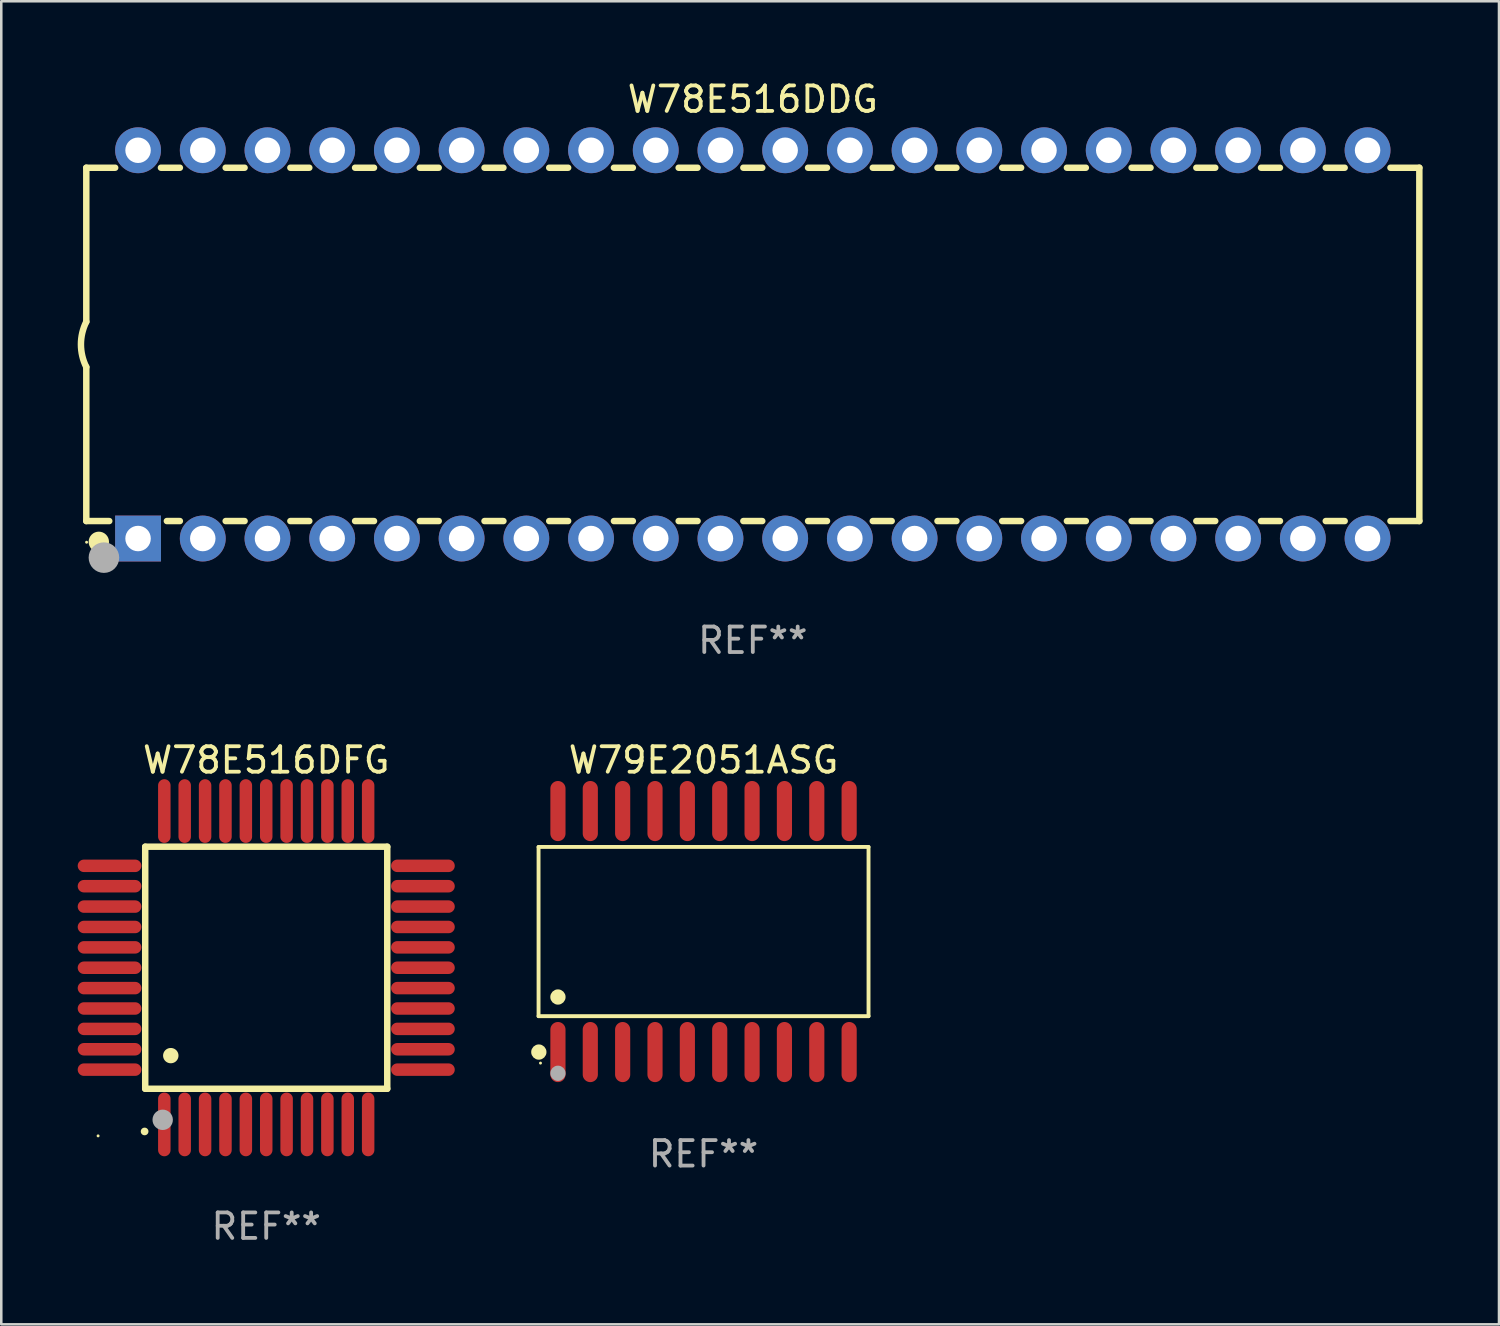
<source format=kicad_pcb>
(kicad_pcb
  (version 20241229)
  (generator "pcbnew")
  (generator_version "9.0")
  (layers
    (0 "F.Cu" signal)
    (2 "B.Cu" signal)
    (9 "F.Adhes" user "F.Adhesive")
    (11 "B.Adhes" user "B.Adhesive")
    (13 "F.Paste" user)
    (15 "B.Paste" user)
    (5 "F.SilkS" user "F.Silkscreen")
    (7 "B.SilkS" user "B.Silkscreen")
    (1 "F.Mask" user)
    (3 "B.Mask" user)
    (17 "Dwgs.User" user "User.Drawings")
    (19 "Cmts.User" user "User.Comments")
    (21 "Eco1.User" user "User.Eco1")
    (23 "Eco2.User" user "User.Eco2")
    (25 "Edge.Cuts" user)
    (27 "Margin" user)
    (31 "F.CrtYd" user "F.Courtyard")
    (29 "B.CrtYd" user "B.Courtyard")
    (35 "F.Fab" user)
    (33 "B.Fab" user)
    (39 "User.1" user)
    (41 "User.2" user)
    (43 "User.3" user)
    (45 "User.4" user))
  (footprint "W78E516DDG"
    (layer "F.Cu")
    (at 26.499 10.468)
    (property "Reference" "W78E516DDG" (at 0 -9.62 0) (layer "F.SilkS") (effects (font (size 1 1) (thickness 0.15))))
    (attr through_hole)
    (fp_line (start -26.162 -6.934) (end -26.162 -0.889) (stroke (width 0.254) (type solid)) (layer "F.SilkS"))
    (fp_line (start -26.162 -6.934) (end -25.029 -6.934) (stroke (width 0.254) (type solid)) (layer "F.SilkS"))
    (fp_line (start -26.162 6.934) (end -26.162 0.889) (stroke (width 0.254) (type solid)) (layer "F.SilkS"))
    (fp_line (start -26.162 6.934) (end -25.261 6.934) (stroke (width 0.254) (type solid)) (layer "F.SilkS"))
    (fp_line (start -23.231 -6.934) (end -22.489 -6.934) (stroke (width 0.254) (type solid)) (layer "F.SilkS"))
    (fp_line (start -22.999 6.934) (end -22.489 6.934) (stroke (width 0.254) (type solid)) (layer "F.SilkS"))
    (fp_line (start -20.691 -6.934) (end -19.949 -6.934) (stroke (width 0.254) (type solid)) (layer "F.SilkS"))
    (fp_line (start -20.691 6.934) (end -19.949 6.934) (stroke (width 0.254) (type solid)) (layer "F.SilkS"))
    (fp_line (start -18.151 -6.934) (end -17.409 -6.934) (stroke (width 0.254) (type solid)) (layer "F.SilkS"))
    (fp_line (start -18.151 6.934) (end -17.409 6.934) (stroke (width 0.254) (type solid)) (layer "F.SilkS"))
    (fp_line (start -15.611 -6.934) (end -14.869 -6.934) (stroke (width 0.254) (type solid)) (layer "F.SilkS"))
    (fp_line (start -15.611 6.934) (end -14.869 6.934) (stroke (width 0.254) (type solid)) (layer "F.SilkS"))
    (fp_line (start -13.071 -6.934) (end -12.329 -6.934) (stroke (width 0.254) (type solid)) (layer "F.SilkS"))
    (fp_line (start -13.071 6.934) (end -12.329 6.934) (stroke (width 0.254) (type solid)) (layer "F.SilkS"))
    (fp_line (start -10.531 -6.934) (end -9.789 -6.934) (stroke (width 0.254) (type solid)) (layer "F.SilkS"))
    (fp_line (start -10.531 6.934) (end -9.789 6.934) (stroke (width 0.254) (type solid)) (layer "F.SilkS"))
    (fp_line (start -7.991 -6.934) (end -7.249 -6.934) (stroke (width 0.254) (type solid)) (layer "F.SilkS"))
    (fp_line (start -7.991 6.934) (end -7.249 6.934) (stroke (width 0.254) (type solid)) (layer "F.SilkS"))
    (fp_line (start -5.451 -6.934) (end -4.709 -6.934) (stroke (width 0.254) (type solid)) (layer "F.SilkS"))
    (fp_line (start -5.451 6.934) (end -4.709 6.934) (stroke (width 0.254) (type solid)) (layer "F.SilkS"))
    (fp_line (start -2.911 -6.934) (end -2.169 -6.934) (stroke (width 0.254) (type solid)) (layer "F.SilkS"))
    (fp_line (start -2.911 6.934) (end -2.169 6.934) (stroke (width 0.254) (type solid)) (layer "F.SilkS"))
    (fp_line (start -0.371 -6.934) (end 0.371 -6.934) (stroke (width 0.254) (type solid)) (layer "F.SilkS"))
    (fp_line (start -0.371 6.934) (end 0.371 6.934) (stroke (width 0.254) (type solid)) (layer "F.SilkS"))
    (fp_line (start 2.169 -6.934) (end 2.911 -6.934) (stroke (width 0.254) (type solid)) (layer "F.SilkS"))
    (fp_line (start 2.169 6.934) (end 2.911 6.934) (stroke (width 0.254) (type solid)) (layer "F.SilkS"))
    (fp_line (start 4.709 -6.934) (end 5.451 -6.934) (stroke (width 0.254) (type solid)) (layer "F.SilkS"))
    (fp_line (start 4.709 6.934) (end 5.451 6.934) (stroke (width 0.254) (type solid)) (layer "F.SilkS"))
    (fp_line (start 7.249 -6.934) (end 7.991 -6.934) (stroke (width 0.254) (type solid)) (layer "F.SilkS"))
    (fp_line (start 7.249 6.934) (end 7.991 6.934) (stroke (width 0.254) (type solid)) (layer "F.SilkS"))
    (fp_line (start 9.789 -6.934) (end 10.531 -6.934) (stroke (width 0.254) (type solid)) (layer "F.SilkS"))
    (fp_line (start 9.789 6.934) (end 10.531 6.934) (stroke (width 0.254) (type solid)) (layer "F.SilkS"))
    (fp_line (start 12.329 -6.934) (end 13.071 -6.934) (stroke (width 0.254) (type solid)) (layer "F.SilkS"))
    (fp_line (start 12.329 6.934) (end 13.071 6.934) (stroke (width 0.254) (type solid)) (layer "F.SilkS"))
    (fp_line (start 14.869 -6.934) (end 15.611 -6.934) (stroke (width 0.254) (type solid)) (layer "F.SilkS"))
    (fp_line (start 14.869 6.934) (end 15.611 6.934) (stroke (width 0.254) (type solid)) (layer "F.SilkS"))
    (fp_line (start 17.409 -6.934) (end 18.151 -6.934) (stroke (width 0.254) (type solid)) (layer "F.SilkS"))
    (fp_line (start 17.409 6.934) (end 18.151 6.934) (stroke (width 0.254) (type solid)) (layer "F.SilkS"))
    (fp_line (start 19.949 -6.934) (end 20.691 -6.934) (stroke (width 0.254) (type solid)) (layer "F.SilkS"))
    (fp_line (start 19.949 6.934) (end 20.691 6.934) (stroke (width 0.254) (type solid)) (layer "F.SilkS"))
    (fp_line (start 22.489 -6.934) (end 23.231 -6.934) (stroke (width 0.254) (type solid)) (layer "F.SilkS"))
    (fp_line (start 22.489 6.934) (end 23.231 6.934) (stroke (width 0.254) (type solid)) (layer "F.SilkS"))
    (fp_line (start 25.029 -6.934) (end 26.162 -6.934) (stroke (width 0.254) (type solid)) (layer "F.SilkS"))
    (fp_line (start 25.029 6.934) (end 26.162 6.934) (stroke (width 0.254) (type solid)) (layer "F.SilkS"))
    (fp_line (start 26.162 -6.934) (end 26.162 6.934) (stroke (width 0.254) (type solid)) (layer "F.SilkS"))
    (fp_arc (start -26.162052 0.889001) (mid -26.371917 0) (end -26.162052 -0.889002) (stroke (width 0.254001) (type solid)) (layer "F.SilkS"))
    (fp_circle (center -26.15 7.765) (end -26.12 7.765) (stroke (width 0.06) (type solid)) (fill no) (layer "F.SilkS"))
    (fp_circle (center -25.67 7.75) (end -25.47 7.75) (stroke (width 0.4) (type solid)) (fill no) (layer "F.SilkS"))
    (fp_circle (center -25.47 8.37) (end -25.17 8.37) (stroke (width 0.6) (type solid)) (fill no) (layer "F.Fab"))
    (fp_text user "REF**" (at 0 11.62 0) (layer "F.Fab") (effects (font (size 1 1) (thickness 0.15))))
    (pad "1" thru_hole rect (at -24.13 7.62) (size 1.8 1.8) (drill 1) (layers "*.Cu" "*.Mask"))
    (pad "2" thru_hole circle (at -21.59 7.62) (size 1.8 1.8) (drill 1) (layers "*.Cu" "*.Mask"))
    (pad "3" thru_hole circle (at -19.05 7.62) (size 1.8 1.8) (drill 1) (layers "*.Cu" "*.Mask"))
    (pad "4" thru_hole circle (at -16.51 7.62) (size 1.8 1.8) (drill 1) (layers "*.Cu" "*.Mask"))
    (pad "5" thru_hole circle (at -13.97 7.62) (size 1.8 1.8) (drill 1) (layers "*.Cu" "*.Mask"))
    (pad "6" thru_hole circle (at -11.43 7.62) (size 1.8 1.8) (drill 1) (layers "*.Cu" "*.Mask"))
    (pad "7" thru_hole circle (at -8.89 7.62) (size 1.8 1.8) (drill 1) (layers "*.Cu" "*.Mask"))
    (pad "8" thru_hole circle (at -6.35 7.62) (size 1.8 1.8) (drill 1) (layers "*.Cu" "*.Mask"))
    (pad "9" thru_hole circle (at -3.81 7.62) (size 1.8 1.8) (drill 1) (layers "*.Cu" "*.Mask"))
    (pad "10" thru_hole circle (at -1.27 7.62) (size 1.8 1.8) (drill 1) (layers "*.Cu" "*.Mask"))
    (pad "11" thru_hole circle (at 1.27 7.62) (size 1.8 1.8) (drill 1) (layers "*.Cu" "*.Mask"))
    (pad "12" thru_hole circle (at 3.81 7.62) (size 1.8 1.8) (drill 1) (layers "*.Cu" "*.Mask"))
    (pad "13" thru_hole circle (at 6.35 7.62) (size 1.8 1.8) (drill 1) (layers "*.Cu" "*.Mask"))
    (pad "14" thru_hole circle (at 8.89 7.62) (size 1.8 1.8) (drill 1) (layers "*.Cu" "*.Mask"))
    (pad "15" thru_hole circle (at 11.43 7.62) (size 1.8 1.8) (drill 1) (layers "*.Cu" "*.Mask"))
    (pad "16" thru_hole circle (at 13.97 7.62) (size 1.8 1.8) (drill 1) (layers "*.Cu" "*.Mask"))
    (pad "17" thru_hole circle (at 16.51 7.62) (size 1.8 1.8) (drill 1) (layers "*.Cu" "*.Mask"))
    (pad "18" thru_hole circle (at 19.05 7.62) (size 1.8 1.8) (drill 1) (layers "*.Cu" "*.Mask"))
    (pad "19" thru_hole circle (at 21.59 7.62) (size 1.8 1.8) (drill 1) (layers "*.Cu" "*.Mask"))
    (pad "20" thru_hole circle (at 24.13 7.62) (size 1.8 1.8) (drill 1) (layers "*.Cu" "*.Mask"))
    (pad "21" thru_hole circle (at 24.13 -7.62) (size 1.8 1.8) (drill 1) (layers "*.Cu" "*.Mask"))
    (pad "22" thru_hole circle (at 21.59 -7.62) (size 1.8 1.8) (drill 1) (layers "*.Cu" "*.Mask"))
    (pad "23" thru_hole circle (at 19.05 -7.62) (size 1.8 1.8) (drill 1) (layers "*.Cu" "*.Mask"))
    (pad "24" thru_hole circle (at 16.51 -7.62) (size 1.8 1.8) (drill 1) (layers "*.Cu" "*.Mask"))
    (pad "25" thru_hole circle (at 13.97 -7.62) (size 1.8 1.8) (drill 1) (layers "*.Cu" "*.Mask"))
    (pad "26" thru_hole circle (at 11.43 -7.62) (size 1.8 1.8) (drill 1) (layers "*.Cu" "*.Mask"))
    (pad "27" thru_hole circle (at 8.89 -7.62) (size 1.8 1.8) (drill 1) (layers "*.Cu" "*.Mask"))
    (pad "28" thru_hole circle (at 6.35 -7.62) (size 1.8 1.8) (drill 1) (layers "*.Cu" "*.Mask"))
    (pad "29" thru_hole circle (at 3.81 -7.62) (size 1.8 1.8) (drill 1) (layers "*.Cu" "*.Mask"))
    (pad "30" thru_hole circle (at 1.27 -7.62) (size 1.8 1.8) (drill 1) (layers "*.Cu" "*.Mask"))
    (pad "31" thru_hole circle (at -1.27 -7.62) (size 1.8 1.8) (drill 1) (layers "*.Cu" "*.Mask"))
    (pad "32" thru_hole circle (at -3.81 -7.62) (size 1.8 1.8) (drill 1) (layers "*.Cu" "*.Mask"))
    (pad "33" thru_hole circle (at -6.35 -7.62) (size 1.8 1.8) (drill 1) (layers "*.Cu" "*.Mask"))
    (pad "34" thru_hole circle (at -8.89 -7.62) (size 1.8 1.8) (drill 1) (layers "*.Cu" "*.Mask"))
    (pad "35" thru_hole circle (at -11.43 -7.62) (size 1.8 1.8) (drill 1) (layers "*.Cu" "*.Mask"))
    (pad "36" thru_hole circle (at -13.97 -7.62) (size 1.8 1.8) (drill 1) (layers "*.Cu" "*.Mask"))
    (pad "37" thru_hole circle (at -16.51 -7.62) (size 1.8 1.8) (drill 1) (layers "*.Cu" "*.Mask"))
    (pad "38" thru_hole circle (at -19.05 -7.62) (size 1.8 1.8) (drill 1) (layers "*.Cu" "*.Mask"))
    (pad "39" thru_hole circle (at -21.59 -7.62) (size 1.8 1.8) (drill 1) (layers "*.Cu" "*.Mask"))
    (pad "40" thru_hole circle (at -24.13 -7.62) (size 1.8 1.8) (drill 1) (layers "*.Cu" "*.Mask")))
  (footprint "W79E2051ASG"
    (layer "F.Cu")
    (at 24.565 33.515)
    (property "Reference" "W79E2051ASG" (at 0 -6.73 0) (layer "F.SilkS") (effects (font (size 1 1) (thickness 0.15))))
    (attr through_hole)
    (fp_line (start -6.476 -3.321) (end 6.476 -3.321) (stroke (width 0.152) (type solid)) (layer "F.SilkS"))
    (fp_line (start -6.476 3.321) (end -6.476 -3.321) (stroke (width 0.152) (type solid)) (layer "F.SilkS"))
    (fp_line (start 6.476 -3.321) (end 6.476 3.321) (stroke (width 0.152) (type solid)) (layer "F.SilkS"))
    (fp_line (start 6.476 3.321) (end -6.476 3.321) (stroke (width 0.152) (type solid)) (layer "F.SilkS"))
    (fp_circle (center -6.465 4.73) (end -6.315 4.73) (stroke (width 0.3) (type solid)) (fill no) (layer "F.SilkS"))
    (fp_circle (center -6.4 5.163) (end -6.37 5.163) (stroke (width 0.06) (type solid)) (fill no) (layer "F.SilkS"))
    (fp_circle (center -5.715 2.569) (end -5.565 2.569) (stroke (width 0.3) (type solid)) (fill no) (layer "F.SilkS"))
    (fp_circle (center -5.715 5.563) (end -5.565 5.563) (stroke (width 0.3) (type solid)) (fill no) (layer "F.Fab"))
    (fp_text user "REF**" (at 0 8.73 0) (layer "F.Fab") (effects (font (size 1 1) (thickness 0.15))))
    (pad "1" smd oval (at -5.715 4.73) (size 0.595 2.36) (layers "F.Cu" "F.Mask" "F.Paste"))
    (pad "2" smd oval (at -4.445 4.73) (size 0.595 2.36) (layers "F.Cu" "F.Mask" "F.Paste"))
    (pad "3" smd oval (at -3.175 4.73) (size 0.595 2.36) (layers "F.Cu" "F.Mask" "F.Paste"))
    (pad "4" smd oval (at -1.905 4.73) (size 0.595 2.36) (layers "F.Cu" "F.Mask" "F.Paste"))
    (pad "5" smd oval (at -0.635 4.73) (size 0.595 2.36) (layers "F.Cu" "F.Mask" "F.Paste"))
    (pad "6" smd oval (at 0.635 4.73) (size 0.595 2.36) (layers "F.Cu" "F.Mask" "F.Paste"))
    (pad "7" smd oval (at 1.905 4.73) (size 0.595 2.36) (layers "F.Cu" "F.Mask" "F.Paste"))
    (pad "8" smd oval (at 3.175 4.73) (size 0.595 2.36) (layers "F.Cu" "F.Mask" "F.Paste"))
    (pad "9" smd oval (at 4.445 4.73) (size 0.595 2.36) (layers "F.Cu" "F.Mask" "F.Paste"))
    (pad "10" smd oval (at 5.715 4.73) (size 0.595 2.36) (layers "F.Cu" "F.Mask" "F.Paste"))
    (pad "11" smd oval (at 5.715 -4.73) (size 0.595 2.36) (layers "F.Cu" "F.Mask" "F.Paste"))
    (pad "12" smd oval (at 4.445 -4.73) (size 0.595 2.36) (layers "F.Cu" "F.Mask" "F.Paste"))
    (pad "13" smd oval (at 3.175 -4.73) (size 0.595 2.36) (layers "F.Cu" "F.Mask" "F.Paste"))
    (pad "14" smd oval (at 1.905 -4.73) (size 0.595 2.36) (layers "F.Cu" "F.Mask" "F.Paste"))
    (pad "15" smd oval (at 0.635 -4.73) (size 0.595 2.36) (layers "F.Cu" "F.Mask" "F.Paste"))
    (pad "16" smd oval (at -0.635 -4.73) (size 0.595 2.36) (layers "F.Cu" "F.Mask" "F.Paste"))
    (pad "17" smd oval (at -1.905 -4.73) (size 0.595 2.36) (layers "F.Cu" "F.Mask" "F.Paste"))
    (pad "18" smd oval (at -3.175 -4.73) (size 0.595 2.36) (layers "F.Cu" "F.Mask" "F.Paste"))
    (pad "19" smd oval (at -4.445 -4.73) (size 0.595 2.36) (layers "F.Cu" "F.Mask" "F.Paste"))
    (pad "20" smd oval (at -5.715 -4.73) (size 0.595 2.36) (layers "F.Cu" "F.Mask" "F.Paste")))
  (footprint "W78E516DFG"
    (layer "F.Cu")
    (at 7.4 34.935)
    (property "Reference" "W78E516DFG" (at 0 -8.15 0) (layer "F.SilkS") (effects (font (size 1 1) (thickness 0.15))))
    (attr through_hole)
    (fp_line (start -4.75 -4.75) (end 4.75 -4.75) (stroke (width 0.254) (type solid)) (layer "F.SilkS"))
    (fp_line (start -4.75 4.75) (end -4.75 -4.75) (stroke (width 0.254) (type solid)) (layer "F.SilkS"))
    (fp_line (start 4.75 -4.75) (end 4.75 4.75) (stroke (width 0.254) (type solid)) (layer "F.SilkS"))
    (fp_line (start 4.75 4.75) (end -4.75 4.75) (stroke (width 0.254) (type solid)) (layer "F.SilkS"))
    (fp_arc (start -4.77521 6.426213) (mid -4.77394 6.426208) (end -4.77267 6.426213) (stroke (width 0.3) (type solid)) (layer "F.SilkS"))
    (fp_arc (start -3.749047 3.449327) (mid -3.746507 3.449316) (end -3.743967 3.449327) (stroke (width 0.6) (type solid)) (layer "F.SilkS"))
    (fp_circle (center -6.6 6.6) (end -6.57 6.6) (stroke (width 0.06) (type solid)) (fill no) (layer "F.SilkS"))
    (fp_circle (center -4.064 5.969) (end -3.864 5.969) (stroke (width 0.4) (type solid)) (fill no) (layer "F.Fab"))
    (fp_text user "REF**" (at 0 10.15 0) (layer "F.Fab") (effects (font (size 1 1) (thickness 0.15))))
    (pad "1" smd oval (at -4 6.15) (size 0.49 2.5) (layers "F.Cu" "F.Mask" "F.Paste"))
    (pad "2" smd oval (at -3.2 6.15) (size 0.49 2.5) (layers "F.Cu" "F.Mask" "F.Paste"))
    (pad "3" smd oval (at -2.4 6.15) (size 0.49 2.5) (layers "F.Cu" "F.Mask" "F.Paste"))
    (pad "4" smd oval (at -1.6 6.15) (size 0.49 2.5) (layers "F.Cu" "F.Mask" "F.Paste"))
    (pad "5" smd oval (at -0.8 6.15) (size 0.49 2.5) (layers "F.Cu" "F.Mask" "F.Paste"))
    (pad "6" smd oval (at 0 6.15) (size 0.49 2.5) (layers "F.Cu" "F.Mask" "F.Paste"))
    (pad "7" smd oval (at 0.8 6.15) (size 0.49 2.5) (layers "F.Cu" "F.Mask" "F.Paste"))
    (pad "8" smd oval (at 1.6 6.15) (size 0.49 2.5) (layers "F.Cu" "F.Mask" "F.Paste"))
    (pad "9" smd oval (at 2.4 6.15) (size 0.49 2.5) (layers "F.Cu" "F.Mask" "F.Paste"))
    (pad "10" smd oval (at 3.2 6.15) (size 0.49 2.5) (layers "F.Cu" "F.Mask" "F.Paste"))
    (pad "11" smd oval (at 4 6.15) (size 0.49 2.5) (layers "F.Cu" "F.Mask" "F.Paste"))
    (pad "12" smd oval (at 6.15 4) (size 2.5 0.49) (layers "F.Cu" "F.Mask" "F.Paste"))
    (pad "13" smd oval (at 6.15 3.2) (size 2.5 0.49) (layers "F.Cu" "F.Mask" "F.Paste"))
    (pad "14" smd oval (at 6.15 2.4) (size 2.5 0.49) (layers "F.Cu" "F.Mask" "F.Paste"))
    (pad "15" smd oval (at 6.15 1.6) (size 2.5 0.49) (layers "F.Cu" "F.Mask" "F.Paste"))
    (pad "16" smd oval (at 6.15 0.8) (size 2.5 0.49) (layers "F.Cu" "F.Mask" "F.Paste"))
    (pad "17" smd oval (at 6.15 0) (size 2.5 0.49) (layers "F.Cu" "F.Mask" "F.Paste"))
    (pad "18" smd oval (at 6.15 -0.8) (size 2.5 0.49) (layers "F.Cu" "F.Mask" "F.Paste"))
    (pad "19" smd oval (at 6.15 -1.6) (size 2.5 0.49) (layers "F.Cu" "F.Mask" "F.Paste"))
    (pad "20" smd oval (at 6.15 -2.4) (size 2.5 0.49) (layers "F.Cu" "F.Mask" "F.Paste"))
    (pad "21" smd oval (at 6.15 -3.2) (size 2.5 0.49) (layers "F.Cu" "F.Mask" "F.Paste"))
    (pad "22" smd oval (at 6.15 -4) (size 2.5 0.49) (layers "F.Cu" "F.Mask" "F.Paste"))
    (pad "23" smd oval (at 4 -6.15) (size 0.49 2.5) (layers "F.Cu" "F.Mask" "F.Paste"))
    (pad "24" smd oval (at 3.2 -6.15) (size 0.49 2.5) (layers "F.Cu" "F.Mask" "F.Paste"))
    (pad "25" smd oval (at 2.4 -6.15) (size 0.49 2.5) (layers "F.Cu" "F.Mask" "F.Paste"))
    (pad "26" smd oval (at 1.6 -6.15) (size 0.49 2.5) (layers "F.Cu" "F.Mask" "F.Paste"))
    (pad "27" smd oval (at 0.8 -6.15) (size 0.49 2.5) (layers "F.Cu" "F.Mask" "F.Paste"))
    (pad "28" smd oval (at 0 -6.15) (size 0.49 2.5) (layers "F.Cu" "F.Mask" "F.Paste"))
    (pad "29" smd oval (at -0.8 -6.15) (size 0.49 2.5) (layers "F.Cu" "F.Mask" "F.Paste"))
    (pad "30" smd oval (at -1.6 -6.15) (size 0.49 2.5) (layers "F.Cu" "F.Mask" "F.Paste"))
    (pad "31" smd oval (at -2.4 -6.15) (size 0.49 2.5) (layers "F.Cu" "F.Mask" "F.Paste"))
    (pad "32" smd oval (at -3.2 -6.15) (size 0.49 2.5) (layers "F.Cu" "F.Mask" "F.Paste"))
    (pad "33" smd oval (at -4 -6.15) (size 0.49 2.5) (layers "F.Cu" "F.Mask" "F.Paste"))
    (pad "34" smd oval (at -6.15 -4) (size 2.5 0.49) (layers "F.Cu" "F.Mask" "F.Paste"))
    (pad "35" smd oval (at -6.15 -3.2) (size 2.5 0.49) (layers "F.Cu" "F.Mask" "F.Paste"))
    (pad "36" smd oval (at -6.15 -2.4) (size 2.5 0.49) (layers "F.Cu" "F.Mask" "F.Paste"))
    (pad "37" smd oval (at -6.15 -1.6) (size 2.5 0.49) (layers "F.Cu" "F.Mask" "F.Paste"))
    (pad "38" smd oval (at -6.15 -0.8) (size 2.5 0.49) (layers "F.Cu" "F.Mask" "F.Paste"))
    (pad "39" smd oval (at -6.15 0) (size 2.5 0.49) (layers "F.Cu" "F.Mask" "F.Paste"))
    (pad "40" smd oval (at -6.15 0.8) (size 2.5 0.49) (layers "F.Cu" "F.Mask" "F.Paste"))
    (pad "41" smd oval (at -6.15 1.6) (size 2.5 0.49) (layers "F.Cu" "F.Mask" "F.Paste"))
    (pad "42" smd oval (at -6.15 2.4) (size 2.5 0.49) (layers "F.Cu" "F.Mask" "F.Paste"))
    (pad "43" smd oval (at -6.15 3.2) (size 2.5 0.49) (layers "F.Cu" "F.Mask" "F.Paste"))
    (pad "44" smd oval (at -6.15 4) (size 2.5 0.49) (layers "F.Cu" "F.Mask" "F.Paste")))
  (gr_rect
    (start -3 -3)
    (end 55.788 48.933)
    (stroke (width 0.1) (type default))
    (fill no)
    (layer "Edge.Cuts")))
</source>
